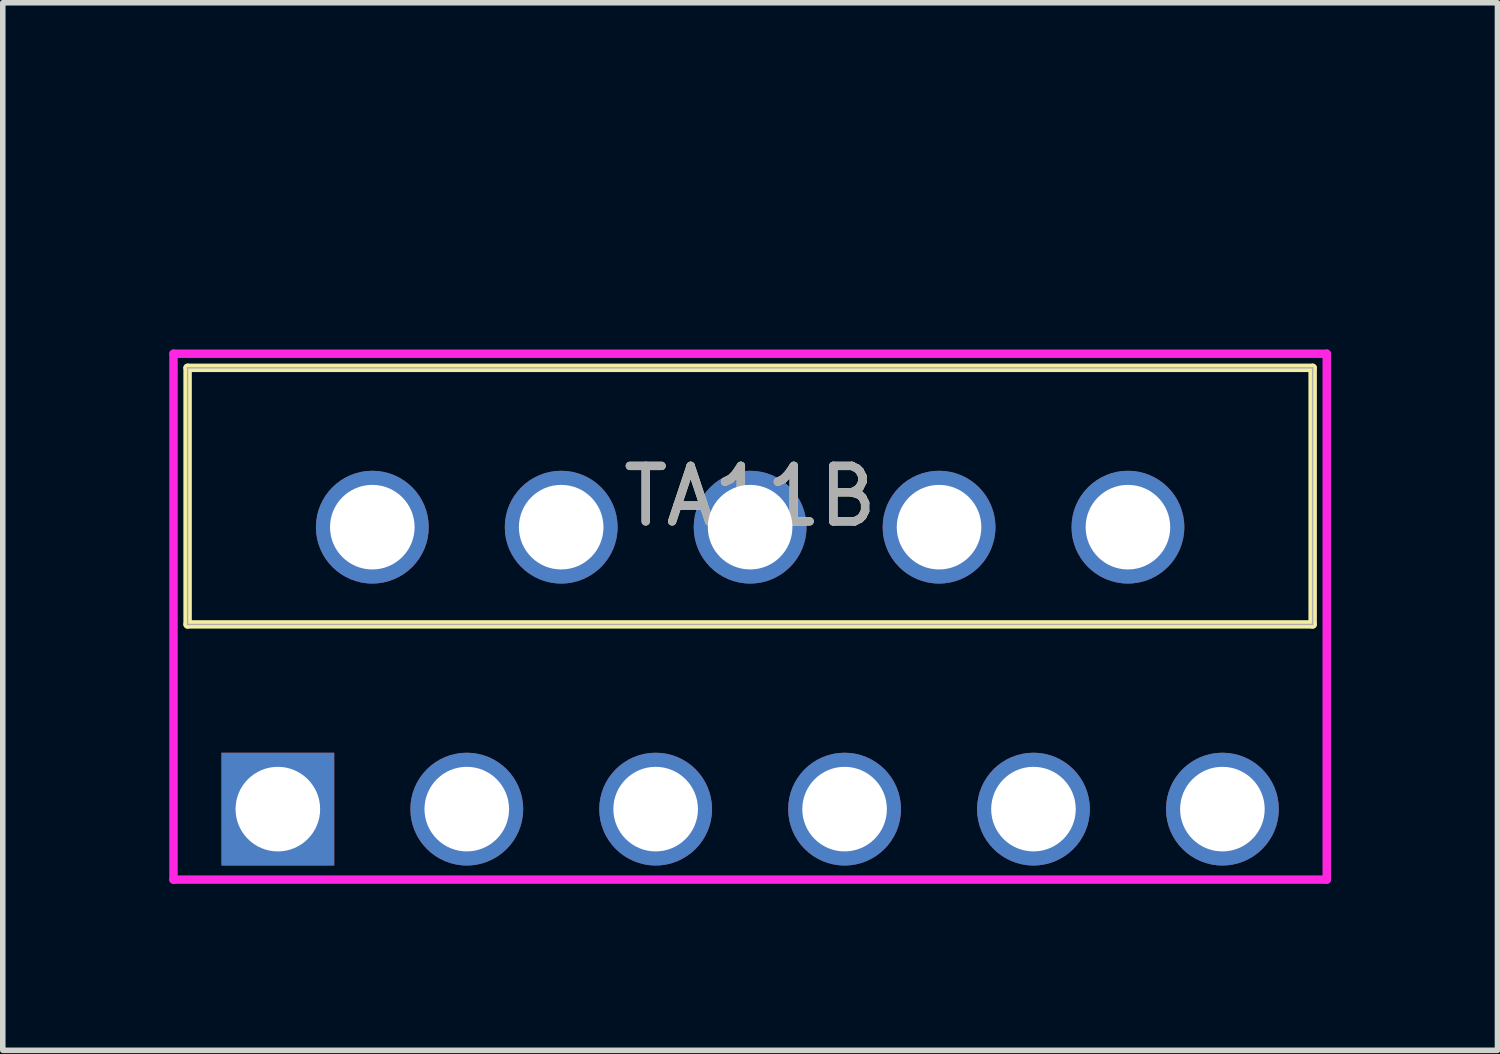
<source format=kicad_pcb>
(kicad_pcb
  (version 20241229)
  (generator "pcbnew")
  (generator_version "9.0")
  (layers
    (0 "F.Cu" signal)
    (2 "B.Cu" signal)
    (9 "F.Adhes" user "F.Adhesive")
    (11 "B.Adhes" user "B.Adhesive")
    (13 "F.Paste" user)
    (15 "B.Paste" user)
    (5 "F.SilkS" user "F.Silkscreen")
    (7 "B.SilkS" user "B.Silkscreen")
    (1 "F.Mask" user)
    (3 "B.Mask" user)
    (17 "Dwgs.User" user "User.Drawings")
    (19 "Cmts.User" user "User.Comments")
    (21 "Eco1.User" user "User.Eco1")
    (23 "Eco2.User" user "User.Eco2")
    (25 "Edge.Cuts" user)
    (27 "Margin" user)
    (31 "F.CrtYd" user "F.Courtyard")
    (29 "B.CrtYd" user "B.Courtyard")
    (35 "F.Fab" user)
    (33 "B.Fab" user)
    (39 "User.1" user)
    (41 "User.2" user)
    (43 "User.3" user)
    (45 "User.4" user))
  (footprint "TA11B"
    (layer "F.Cu")
    (at 18.974 0.25)
    (property "Reference" "TA11B" (at -8.509 5.639 0) (unlocked yes) (layer "F.SilkS") (effects (font (size 1 1) (thickness 0.15))))
    (attr through_hole)
    (fp_line (start -18.644 3.327) (end -18.644 7.95) (stroke (width 0.152) (type solid)) (layer "F.SilkS"))
    (fp_line (start -18.644 7.95) (end 1.626 7.95) (stroke (width 0.152) (type solid)) (layer "F.SilkS"))
    (fp_line (start 1.626 3.327) (end -18.644 3.327) (stroke (width 0.152) (type solid)) (layer "F.SilkS"))
    (fp_line (start 1.626 7.95) (end 1.626 3.327) (stroke (width 0.152) (type solid)) (layer "F.SilkS"))
    (fp_line (start -18.898 3.073) (end -18.898 12.548) (stroke (width 0.152) (type solid)) (layer "F.CrtYd"))
    (fp_line (start -18.898 12.548) (end 1.88 12.548) (stroke (width 0.152) (type solid)) (layer "F.CrtYd"))
    (fp_line (start 1.88 3.073) (end -18.898 3.073) (stroke (width 0.152) (type solid)) (layer "F.CrtYd"))
    (fp_line (start 1.88 12.548) (end 1.88 3.073) (stroke (width 0.152) (type solid)) (layer "F.CrtYd"))
    (fp_line (start -18.644 3.327) (end -18.644 7.95) (stroke (width 0.025) (type solid)) (layer "F.Fab"))
    (fp_line (start -18.644 7.95) (end 1.626 7.95) (stroke (width 0.025) (type solid)) (layer "F.Fab"))
    (fp_line (start 1.626 3.327) (end -18.644 3.327) (stroke (width 0.025) (type solid)) (layer "F.Fab"))
    (fp_line (start 1.626 7.95) (end 1.626 3.327) (stroke (width 0.025) (type solid)) (layer "F.Fab"))
    (fp_text user "${REFERENCE}" (at -8.509 5.639 0) (unlocked yes) (layer "F.Fab") (effects (font (size 1 1) (thickness 0.15))))
    (pad "1" thru_hole rect (at -17.018 11.278) (size 2.032 2.032) (drill 1.524) (layers "*.Cu" "*.Mask"))
    (pad "2" thru_hole circle (at -15.316 6.198) (size 2.032 2.032) (drill 1.524) (layers "*.Cu" "*.Mask"))
    (pad "3" thru_hole circle (at -13.614 11.278) (size 2.032 2.032) (drill 1.524) (layers "*.Cu" "*.Mask"))
    (pad "4" thru_hole circle (at -11.913 6.198) (size 2.032 2.032) (drill 1.524) (layers "*.Cu" "*.Mask"))
    (pad "5" thru_hole circle (at -10.211 11.278) (size 2.032 2.032) (drill 1.524) (layers "*.Cu" "*.Mask"))
    (pad "6" thru_hole circle (at -8.509 6.198) (size 2.032 2.032) (drill 1.524) (layers "*.Cu" "*.Mask"))
    (pad "7" thru_hole circle (at -6.807 11.278) (size 2.032 2.032) (drill 1.524) (layers "*.Cu" "*.Mask"))
    (pad "8" thru_hole circle (at -5.105 6.198) (size 2.032 2.032) (drill 1.524) (layers "*.Cu" "*.Mask"))
    (pad "9" thru_hole circle (at -3.404 11.278) (size 2.032 2.032) (drill 1.524) (layers "*.Cu" "*.Mask"))
    (pad "10" thru_hole circle (at -1.702 6.198) (size 2.032 2.032) (drill 1.524) (layers "*.Cu" "*.Mask"))
    (pad "11" thru_hole circle (at 0 11.278) (size 2.032 2.032) (drill 1.524) (layers "*.Cu" "*.Mask")))
  (gr_rect
    (start -3 -3)
    (end 23.93 15.874)
    (stroke (width 0.1) (type default))
    (fill no)
    (layer "Edge.Cuts")))
</source>
